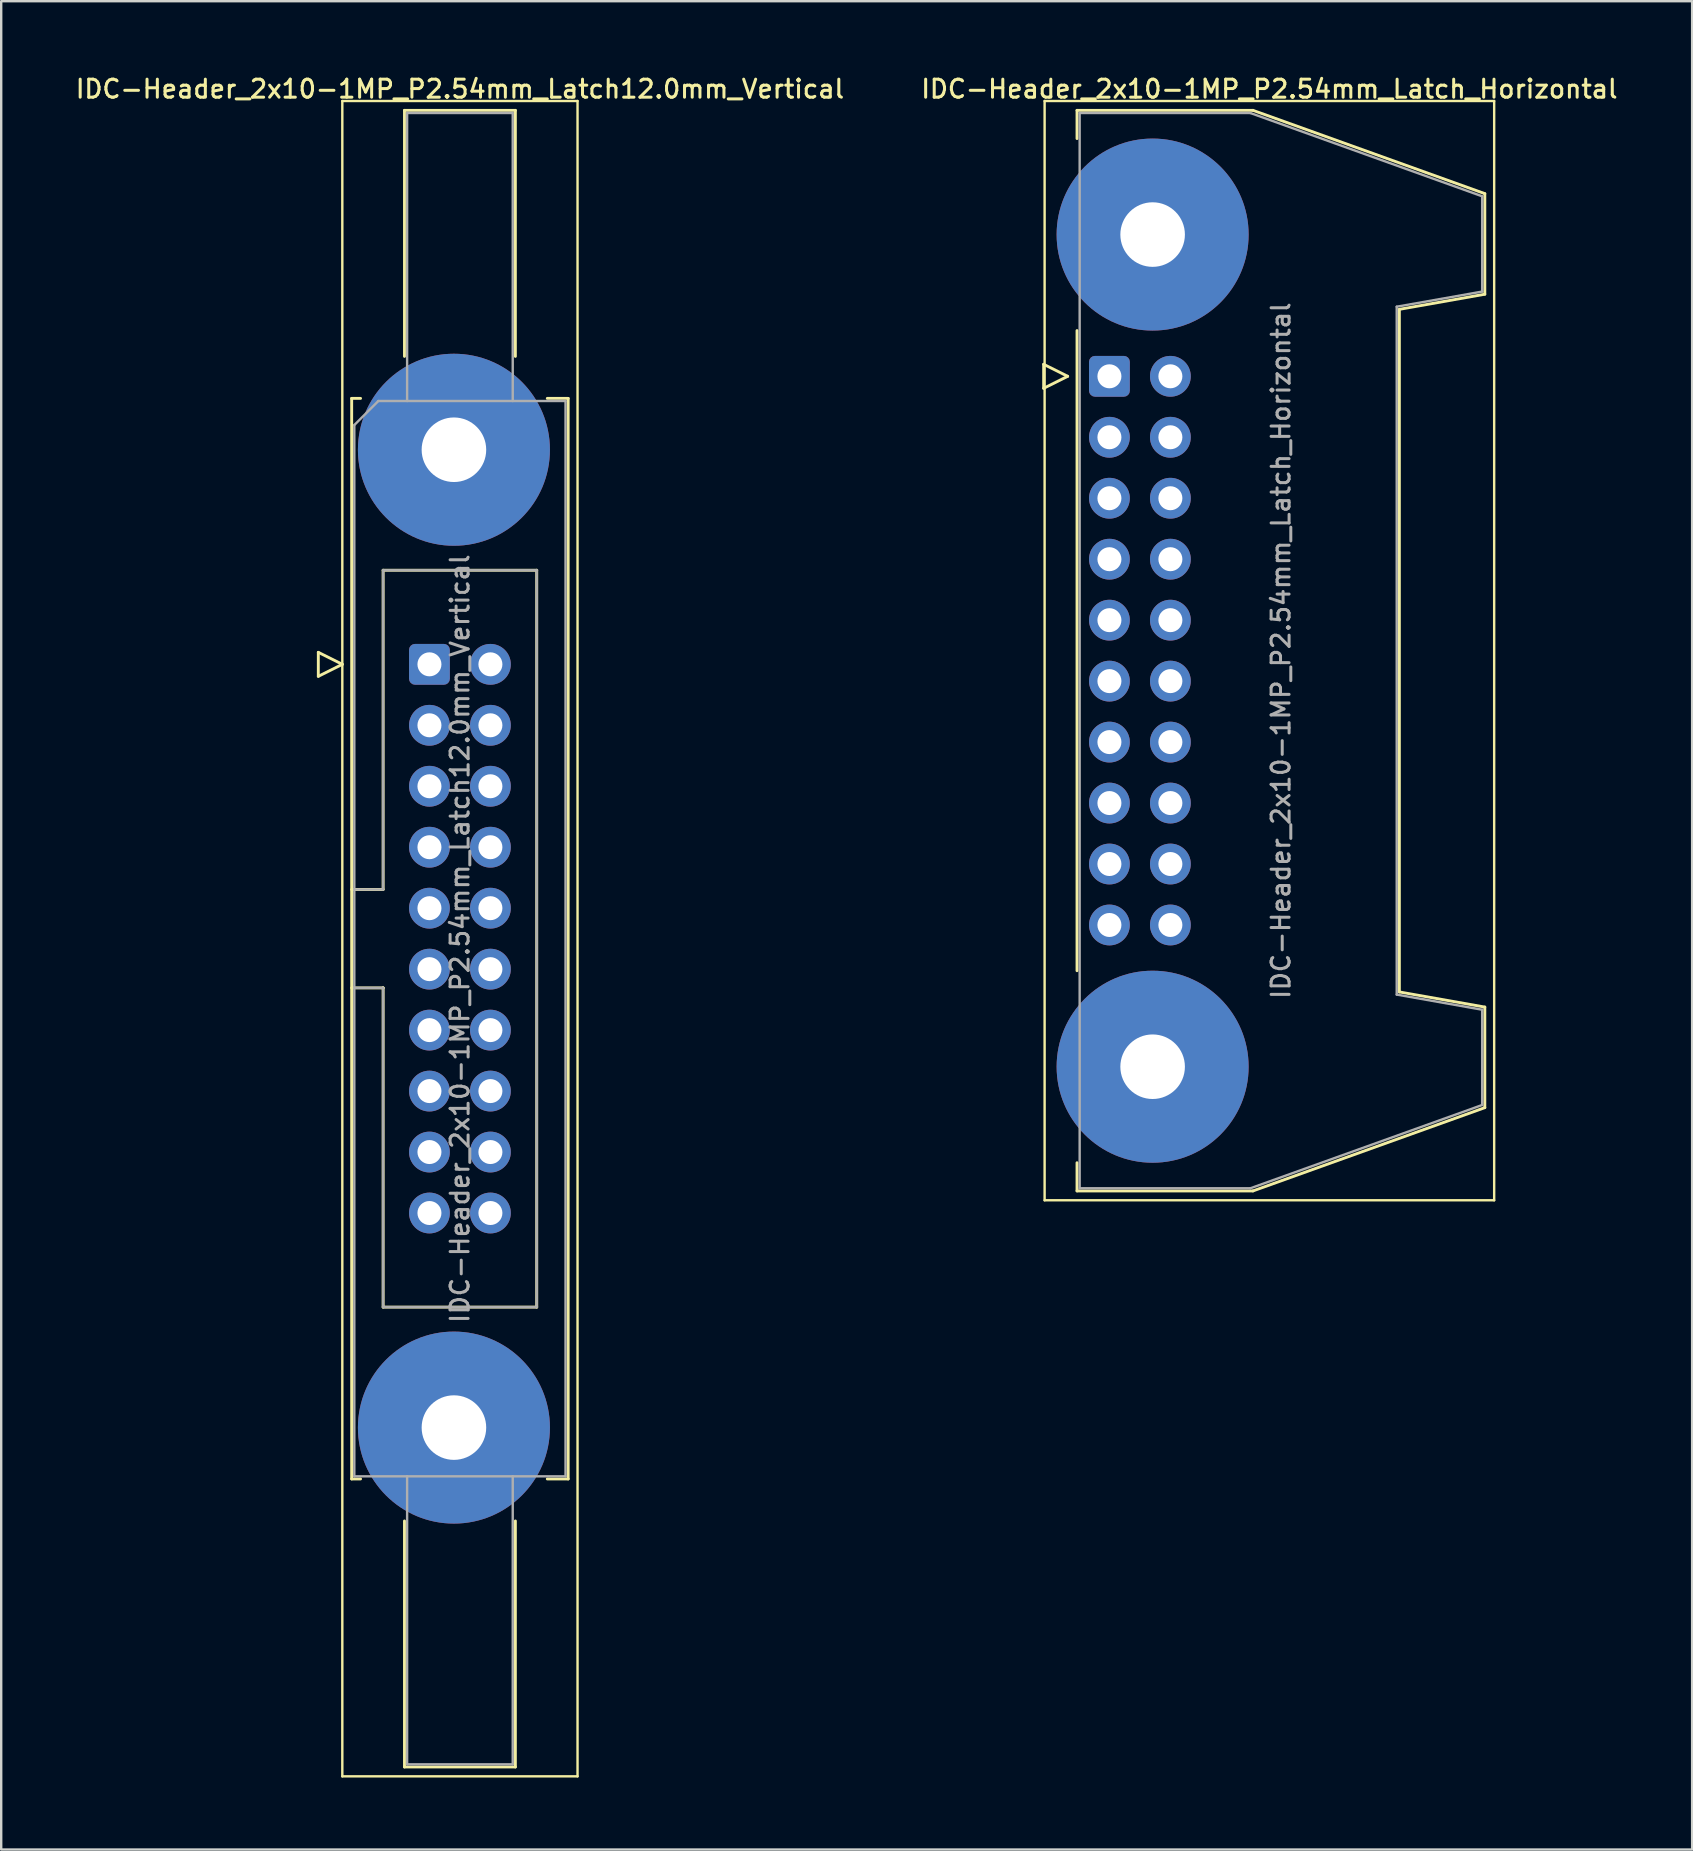
<source format=kicad_pcb>
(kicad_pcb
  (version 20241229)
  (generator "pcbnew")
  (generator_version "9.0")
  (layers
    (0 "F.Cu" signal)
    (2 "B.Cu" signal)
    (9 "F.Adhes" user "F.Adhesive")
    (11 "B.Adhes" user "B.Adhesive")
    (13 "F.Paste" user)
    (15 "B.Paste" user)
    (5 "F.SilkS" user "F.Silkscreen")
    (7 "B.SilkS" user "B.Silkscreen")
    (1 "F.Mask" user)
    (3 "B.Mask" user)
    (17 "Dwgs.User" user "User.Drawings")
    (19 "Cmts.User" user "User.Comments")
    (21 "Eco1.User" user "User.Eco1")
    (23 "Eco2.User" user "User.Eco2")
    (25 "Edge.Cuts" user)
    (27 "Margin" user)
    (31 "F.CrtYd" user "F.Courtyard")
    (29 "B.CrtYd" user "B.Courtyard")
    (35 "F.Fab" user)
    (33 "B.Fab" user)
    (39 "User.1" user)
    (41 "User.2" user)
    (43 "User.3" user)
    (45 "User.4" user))
  (footprint "IDC-Header_2x10-1MP_P2.54mm_Latch_Horizontal"
    (layer "F.Cu")
    (at 43.172 12.628)
    (property "Reference" "IDC-Header_2x10-1MP_P2.54mm_Latch_Horizontal" (at 6.665 -11.97 0) (layer "F.SilkS") (effects (font (size 0.75 0.75) (thickness 0.125))))
    (attr through_hole)
    (fp_line (start -2.74 -0.5) (end -2.74 0.5) (stroke (width 0.12) (type solid)) (layer "F.SilkS"))
    (fp_line (start -2.74 0.5) (end -1.74 0) (stroke (width 0.12) (type solid)) (layer "F.SilkS"))
    (fp_line (start -2.7 -11.47) (end -2.7 34.33) (stroke (width 0.1) (type solid)) (layer "F.SilkS"))
    (fp_line (start -2.7 34.33) (end 16.03 34.33) (stroke (width 0.1) (type solid)) (layer "F.SilkS"))
    (fp_line (start -1.74 0) (end -2.74 -0.5) (stroke (width 0.12) (type solid)) (layer "F.SilkS"))
    (fp_line (start -1.35 -11.08) (end -1.35 -9.905) (stroke (width 0.12) (type solid)) (layer "F.SilkS"))
    (fp_line (start -1.35 -11.08) (end 5.98 -11.08) (stroke (width 0.12) (type solid)) (layer "F.SilkS"))
    (fp_line (start -1.35 -1.905) (end -1.35 24.765) (stroke (width 0.12) (type solid)) (layer "F.SilkS"))
    (fp_line (start -1.35 32.765) (end -1.35 33.94) (stroke (width 0.12) (type solid)) (layer "F.SilkS"))
    (fp_line (start 5.98 -11.08) (end 15.64 -7.61) (stroke (width 0.12) (type solid)) (layer "F.SilkS"))
    (fp_line (start 5.98 33.94) (end -1.35 33.94) (stroke (width 0.12) (type solid)) (layer "F.SilkS"))
    (fp_line (start 12.08 -2.79) (end 12.08 25.65) (stroke (width 0.12) (type solid)) (layer "F.SilkS"))
    (fp_line (start 12.08 25.65) (end 15.64 26.28) (stroke (width 0.12) (type solid)) (layer "F.SilkS"))
    (fp_line (start 15.64 -7.61) (end 15.64 -3.42) (stroke (width 0.12) (type solid)) (layer "F.SilkS"))
    (fp_line (start 15.64 -3.42) (end 12.08 -2.79) (stroke (width 0.12) (type solid)) (layer "F.SilkS"))
    (fp_line (start 15.64 26.28) (end 15.64 30.47) (stroke (width 0.12) (type solid)) (layer "F.SilkS"))
    (fp_line (start 15.64 30.47) (end 5.98 33.94) (stroke (width 0.12) (type solid)) (layer "F.SilkS"))
    (fp_line (start 16.03 -11.47) (end -2.7 -11.47) (stroke (width 0.1) (type solid)) (layer "F.SilkS"))
    (fp_line (start 16.03 34.33) (end 16.03 -11.47) (stroke (width 0.1) (type solid)) (layer "F.SilkS"))
    (fp_line (start -1.24 -10.97) (end 5.87 -10.97) (stroke (width 0.1) (type solid)) (layer "F.Fab"))
    (fp_line (start -1.24 33.83) (end -1.24 -10.97) (stroke (width 0.1) (type solid)) (layer "F.Fab"))
    (fp_line (start 5.87 -10.97) (end 15.53 -7.5) (stroke (width 0.1) (type solid)) (layer "F.Fab"))
    (fp_line (start 5.87 33.83) (end -1.24 33.83) (stroke (width 0.1) (type solid)) (layer "F.Fab"))
    (fp_line (start 11.97 -2.9) (end 11.97 25.76) (stroke (width 0.1) (type solid)) (layer "F.Fab"))
    (fp_line (start 11.97 25.76) (end 15.53 26.39) (stroke (width 0.1) (type solid)) (layer "F.Fab"))
    (fp_line (start 15.53 -7.5) (end 15.53 -3.53) (stroke (width 0.1) (type solid)) (layer "F.Fab"))
    (fp_line (start 15.53 -3.53) (end 11.97 -2.9) (stroke (width 0.1) (type solid)) (layer "F.Fab"))
    (fp_line (start 15.53 26.39) (end 15.53 30.36) (stroke (width 0.1) (type solid)) (layer "F.Fab"))
    (fp_line (start 15.53 30.36) (end 5.87 33.83) (stroke (width 0.1) (type solid)) (layer "F.Fab"))
    (fp_text user "${REFERENCE}" (at 7.145 11.43 90) (layer "F.Fab") (effects (font (size 0.75 0.75) (thickness 0.125))))
    (pad "1" thru_hole roundrect (at 0 0) (size 1.7 1.7) (drill 1) (layers "*.Cu" "*.Mask") (roundrect_rratio 0.147))
    (pad "2" thru_hole circle (at 2.54 0) (size 1.7 1.7) (drill 1) (layers "*.Cu" "*.Mask"))
    (pad "3" thru_hole circle (at 0 2.54) (size 1.7 1.7) (drill 1) (layers "*.Cu" "*.Mask"))
    (pad "4" thru_hole circle (at 2.54 2.54) (size 1.7 1.7) (drill 1) (layers "*.Cu" "*.Mask"))
    (pad "5" thru_hole circle (at 0 5.08) (size 1.7 1.7) (drill 1) (layers "*.Cu" "*.Mask"))
    (pad "6" thru_hole circle (at 2.54 5.08) (size 1.7 1.7) (drill 1) (layers "*.Cu" "*.Mask"))
    (pad "7" thru_hole circle (at 0 7.62) (size 1.7 1.7) (drill 1) (layers "*.Cu" "*.Mask"))
    (pad "8" thru_hole circle (at 2.54 7.62) (size 1.7 1.7) (drill 1) (layers "*.Cu" "*.Mask"))
    (pad "9" thru_hole circle (at 0 10.16) (size 1.7 1.7) (drill 1) (layers "*.Cu" "*.Mask"))
    (pad "10" thru_hole circle (at 2.54 10.16) (size 1.7 1.7) (drill 1) (layers "*.Cu" "*.Mask"))
    (pad "11" thru_hole circle (at 0 12.7) (size 1.7 1.7) (drill 1) (layers "*.Cu" "*.Mask"))
    (pad "12" thru_hole circle (at 2.54 12.7) (size 1.7 1.7) (drill 1) (layers "*.Cu" "*.Mask"))
    (pad "13" thru_hole circle (at 0 15.24) (size 1.7 1.7) (drill 1) (layers "*.Cu" "*.Mask"))
    (pad "14" thru_hole circle (at 2.54 15.24) (size 1.7 1.7) (drill 1) (layers "*.Cu" "*.Mask"))
    (pad "15" thru_hole circle (at 0 17.78) (size 1.7 1.7) (drill 1) (layers "*.Cu" "*.Mask"))
    (pad "16" thru_hole circle (at 2.54 17.78) (size 1.7 1.7) (drill 1) (layers "*.Cu" "*.Mask"))
    (pad "17" thru_hole circle (at 0 20.32) (size 1.7 1.7) (drill 1) (layers "*.Cu" "*.Mask"))
    (pad "18" thru_hole circle (at 2.54 20.32) (size 1.7 1.7) (drill 1) (layers "*.Cu" "*.Mask"))
    (pad "19" thru_hole circle (at 0 22.86) (size 1.7 1.7) (drill 1) (layers "*.Cu" "*.Mask"))
    (pad "20" thru_hole circle (at 2.54 22.86) (size 1.7 1.7) (drill 1) (layers "*.Cu" "*.Mask"))
    (pad "MP" thru_hole circle (at 1.8 -5.905) (size 8 8) (drill 2.69) (layers "*.Cu" "*.Mask"))
    (pad "MP" thru_hole circle (at 1.8 28.765) (size 8 8) (drill 2.69) (layers "*.Cu" "*.Mask")))
  (footprint "IDC-Header_2x10-1MP_P2.54mm_Latch12.0mm_Vertical"
    (layer "F.Cu")
    (at 14.842 24.628)
    (property "Reference" "IDC-Header_2x10-1MP_P2.54mm_Latch12.0mm_Vertical" (at 1.27 -23.97 0) (layer "F.SilkS") (effects (font (size 0.75 0.75) (thickness 0.125))))
    (attr through_hole)
    (fp_line (start -4.63 -0.5) (end -4.63 0.5) (stroke (width 0.12) (type solid)) (layer "F.SilkS"))
    (fp_line (start -4.63 0.5) (end -3.63 0) (stroke (width 0.12) (type solid)) (layer "F.SilkS"))
    (fp_line (start -3.63 -23.47) (end -3.63 46.33) (stroke (width 0.1) (type solid)) (layer "F.SilkS"))
    (fp_line (start -3.63 0) (end -4.63 -0.5) (stroke (width 0.12) (type solid)) (layer "F.SilkS"))
    (fp_line (start -3.63 46.33) (end 6.17 46.33) (stroke (width 0.1) (type solid)) (layer "F.SilkS"))
    (fp_line (start -3.24 -11.08) (end -3.24 33.94) (stroke (width 0.12) (type solid)) (layer "F.SilkS"))
    (fp_line (start -3.24 9.38) (end -1.93 9.38) (stroke (width 0.12) (type solid)) (layer "F.SilkS"))
    (fp_line (start -3.24 33.94) (end -2.87 33.94) (stroke (width 0.12) (type solid)) (layer "F.SilkS"))
    (fp_line (start -2.87 -11.08) (end -3.24 -11.08) (stroke (width 0.12) (type solid)) (layer "F.SilkS"))
    (fp_line (start -1.93 -3.92) (end 4.47 -3.92) (stroke (width 0.12) (type solid)) (layer "F.SilkS"))
    (fp_line (start -1.93 9.38) (end -1.93 -3.92) (stroke (width 0.12) (type solid)) (layer "F.SilkS"))
    (fp_line (start -1.93 13.48) (end -3.24 13.48) (stroke (width 0.12) (type solid)) (layer "F.SilkS"))
    (fp_line (start -1.93 13.48) (end -1.93 13.48) (stroke (width 0.12) (type solid)) (layer "F.SilkS"))
    (fp_line (start -1.93 26.78) (end -1.93 13.48) (stroke (width 0.12) (type solid)) (layer "F.SilkS"))
    (fp_line (start -1.04 -23.08) (end 3.58 -23.08) (stroke (width 0.12) (type solid)) (layer "F.SilkS"))
    (fp_line (start -1.04 -12.83) (end -1.04 -23.08) (stroke (width 0.12) (type solid)) (layer "F.SilkS"))
    (fp_line (start -1.04 35.69) (end -1.04 45.94) (stroke (width 0.12) (type solid)) (layer "F.SilkS"))
    (fp_line (start -1.04 45.94) (end 3.58 45.94) (stroke (width 0.12) (type solid)) (layer "F.SilkS"))
    (fp_line (start 3.58 -23.08) (end 3.58 -12.83) (stroke (width 0.12) (type solid)) (layer "F.SilkS"))
    (fp_line (start 3.58 45.94) (end 3.58 35.69) (stroke (width 0.12) (type solid)) (layer "F.SilkS"))
    (fp_line (start 4.47 -3.92) (end 4.47 26.78) (stroke (width 0.12) (type solid)) (layer "F.SilkS"))
    (fp_line (start 4.47 26.78) (end -1.93 26.78) (stroke (width 0.12) (type solid)) (layer "F.SilkS"))
    (fp_line (start 4.91 -11.08) (end 5.78 -11.08) (stroke (width 0.12) (type solid)) (layer "F.SilkS"))
    (fp_line (start 5.78 -11.08) (end 5.78 33.94) (stroke (width 0.12) (type solid)) (layer "F.SilkS"))
    (fp_line (start 5.78 33.94) (end 4.91 33.94) (stroke (width 0.12) (type solid)) (layer "F.SilkS"))
    (fp_line (start 6.17 -23.47) (end -3.63 -23.47) (stroke (width 0.1) (type solid)) (layer "F.SilkS"))
    (fp_line (start 6.17 46.33) (end 6.17 -23.47) (stroke (width 0.1) (type solid)) (layer "F.SilkS"))
    (fp_line (start -3.13 -9.97) (end -2.13 -10.97) (stroke (width 0.1) (type solid)) (layer "F.Fab"))
    (fp_line (start -3.13 9.38) (end -1.93 9.38) (stroke (width 0.1) (type solid)) (layer "F.Fab"))
    (fp_line (start -3.13 33.83) (end -3.13 -9.97) (stroke (width 0.1) (type solid)) (layer "F.Fab"))
    (fp_line (start -2.13 -10.97) (end 5.67 -10.97) (stroke (width 0.1) (type solid)) (layer "F.Fab"))
    (fp_line (start -1.93 -3.92) (end 4.47 -3.92) (stroke (width 0.1) (type solid)) (layer "F.Fab"))
    (fp_line (start -1.93 9.38) (end -1.93 -3.92) (stroke (width 0.1) (type solid)) (layer "F.Fab"))
    (fp_line (start -1.93 13.48) (end -3.13 13.48) (stroke (width 0.1) (type solid)) (layer "F.Fab"))
    (fp_line (start -1.93 13.48) (end -1.93 13.48) (stroke (width 0.1) (type solid)) (layer "F.Fab"))
    (fp_line (start -1.93 26.78) (end -1.93 13.48) (stroke (width 0.1) (type solid)) (layer "F.Fab"))
    (fp_line (start -0.93 -22.97) (end 3.47 -22.97) (stroke (width 0.1) (type solid)) (layer "F.Fab"))
    (fp_line (start -0.93 -10.97) (end -0.93 -22.97) (stroke (width 0.1) (type solid)) (layer "F.Fab"))
    (fp_line (start -0.93 33.83) (end -0.93 45.83) (stroke (width 0.1) (type solid)) (layer "F.Fab"))
    (fp_line (start -0.93 45.83) (end 3.47 45.83) (stroke (width 0.1) (type solid)) (layer "F.Fab"))
    (fp_line (start 3.47 -22.97) (end 3.47 -10.97) (stroke (width 0.1) (type solid)) (layer "F.Fab"))
    (fp_line (start 3.47 45.83) (end 3.47 33.83) (stroke (width 0.1) (type solid)) (layer "F.Fab"))
    (fp_line (start 4.47 -3.92) (end 4.47 26.78) (stroke (width 0.1) (type solid)) (layer "F.Fab"))
    (fp_line (start 4.47 26.78) (end -1.93 26.78) (stroke (width 0.1) (type solid)) (layer "F.Fab"))
    (fp_line (start 5.67 -10.97) (end 5.67 33.83) (stroke (width 0.1) (type solid)) (layer "F.Fab"))
    (fp_line (start 5.67 33.83) (end -3.13 33.83) (stroke (width 0.1) (type solid)) (layer "F.Fab"))
    (fp_text user "${REFERENCE}" (at 1.27 11.43 90) (layer "F.Fab") (effects (font (size 0.75 0.75) (thickness 0.125))))
    (pad "1" thru_hole roundrect (at 0 0) (size 1.7 1.7) (drill 1) (layers "*.Cu" "*.Mask") (roundrect_rratio 0.147))
    (pad "2" thru_hole circle (at 2.54 0) (size 1.7 1.7) (drill 1) (layers "*.Cu" "*.Mask"))
    (pad "3" thru_hole circle (at 0 2.54) (size 1.7 1.7) (drill 1) (layers "*.Cu" "*.Mask"))
    (pad "4" thru_hole circle (at 2.54 2.54) (size 1.7 1.7) (drill 1) (layers "*.Cu" "*.Mask"))
    (pad "5" thru_hole circle (at 0 5.08) (size 1.7 1.7) (drill 1) (layers "*.Cu" "*.Mask"))
    (pad "6" thru_hole circle (at 2.54 5.08) (size 1.7 1.7) (drill 1) (layers "*.Cu" "*.Mask"))
    (pad "7" thru_hole circle (at 0 7.62) (size 1.7 1.7) (drill 1) (layers "*.Cu" "*.Mask"))
    (pad "8" thru_hole circle (at 2.54 7.62) (size 1.7 1.7) (drill 1) (layers "*.Cu" "*.Mask"))
    (pad "9" thru_hole circle (at 0 10.16) (size 1.7 1.7) (drill 1) (layers "*.Cu" "*.Mask"))
    (pad "10" thru_hole circle (at 2.54 10.16) (size 1.7 1.7) (drill 1) (layers "*.Cu" "*.Mask"))
    (pad "11" thru_hole circle (at 0 12.7) (size 1.7 1.7) (drill 1) (layers "*.Cu" "*.Mask"))
    (pad "12" thru_hole circle (at 2.54 12.7) (size 1.7 1.7) (drill 1) (layers "*.Cu" "*.Mask"))
    (pad "13" thru_hole circle (at 0 15.24) (size 1.7 1.7) (drill 1) (layers "*.Cu" "*.Mask"))
    (pad "14" thru_hole circle (at 2.54 15.24) (size 1.7 1.7) (drill 1) (layers "*.Cu" "*.Mask"))
    (pad "15" thru_hole circle (at 0 17.78) (size 1.7 1.7) (drill 1) (layers "*.Cu" "*.Mask"))
    (pad "16" thru_hole circle (at 2.54 17.78) (size 1.7 1.7) (drill 1) (layers "*.Cu" "*.Mask"))
    (pad "17" thru_hole circle (at 0 20.32) (size 1.7 1.7) (drill 1) (layers "*.Cu" "*.Mask"))
    (pad "18" thru_hole circle (at 2.54 20.32) (size 1.7 1.7) (drill 1) (layers "*.Cu" "*.Mask"))
    (pad "19" thru_hole circle (at 0 22.86) (size 1.7 1.7) (drill 1) (layers "*.Cu" "*.Mask"))
    (pad "20" thru_hole circle (at 2.54 22.86) (size 1.7 1.7) (drill 1) (layers "*.Cu" "*.Mask"))
    (pad "MP" thru_hole circle (at 1.02 -8.94) (size 8 8) (drill 2.69) (layers "*.Cu" "*.Mask"))
    (pad "MP" thru_hole circle (at 1.02 31.8) (size 8 8) (drill 2.69) (layers "*.Cu" "*.Mask")))
  (gr_rect
    (start -3 -3)
    (end 67.45 74.008)
    (stroke (width 0.1) (type default))
    (fill no)
    (layer "Edge.Cuts")))
</source>
